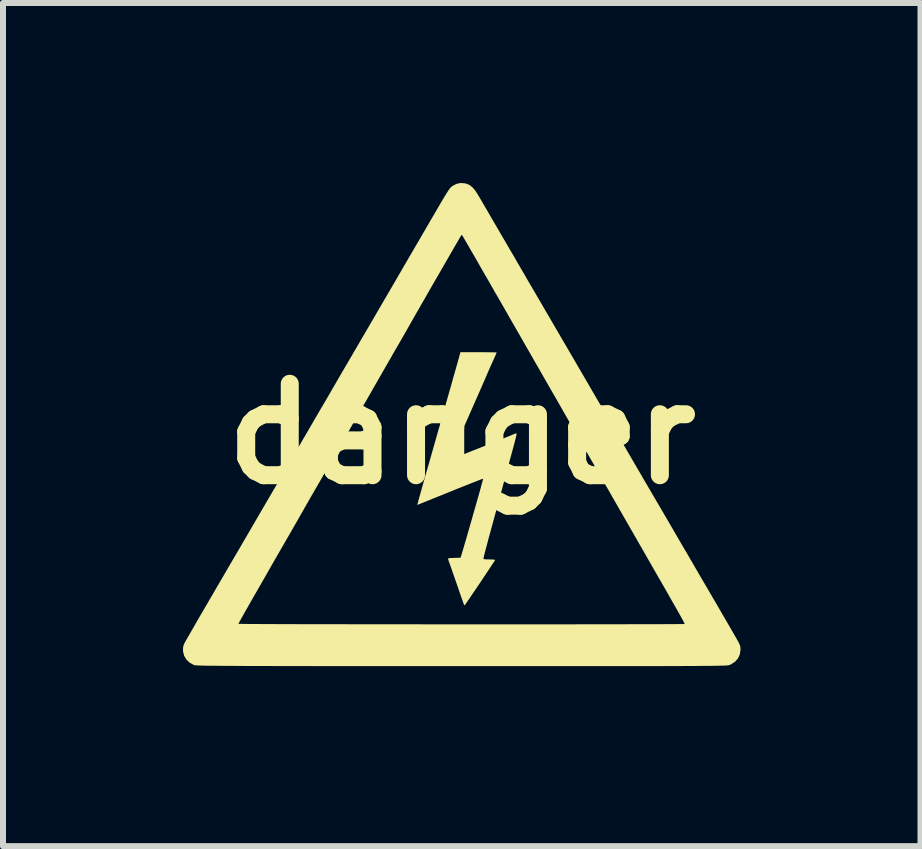
<source format=kicad_pcb>
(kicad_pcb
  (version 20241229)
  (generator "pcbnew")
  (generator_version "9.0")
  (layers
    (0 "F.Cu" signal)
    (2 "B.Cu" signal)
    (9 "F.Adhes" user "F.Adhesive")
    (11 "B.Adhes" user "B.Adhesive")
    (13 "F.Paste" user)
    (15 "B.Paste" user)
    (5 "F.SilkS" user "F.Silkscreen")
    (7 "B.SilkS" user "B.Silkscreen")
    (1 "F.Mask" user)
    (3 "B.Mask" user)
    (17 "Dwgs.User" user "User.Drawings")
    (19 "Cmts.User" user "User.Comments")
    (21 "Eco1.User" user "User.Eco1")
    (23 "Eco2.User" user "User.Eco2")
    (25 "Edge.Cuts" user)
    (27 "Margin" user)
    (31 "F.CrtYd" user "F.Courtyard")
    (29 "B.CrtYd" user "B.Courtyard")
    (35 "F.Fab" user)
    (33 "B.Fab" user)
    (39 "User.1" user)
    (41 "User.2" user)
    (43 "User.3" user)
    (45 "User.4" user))
  (footprint "danger"
    (layer "F.Cu")
    (at 4.646 4.181)
    (property "Reference" "danger" (at 0 0 0) (layer "F.SilkS") (effects (font (size 1.524 1.524) (thickness 0.3))))
    (attr board_only exclude_from_pos_files exclude_from_bom)
    (fp_poly (pts (xy 0.361 -1.361) (xy 0.434 -1.36) (xy 0.495 -1.359) (xy 0.542 -1.358) (xy 0.572 -1.357) (xy 0.582 -1.356) (xy 0.577 -1.344) (xy 0.565 -1.315) (xy 0.546 -1.273) (xy 0.523 -1.222) (xy 0.517 -1.208) (xy 0.487 -1.141) (xy 0.455 -1.07) (xy 0.426 -1.003) (xy 0.405 -0.954) (xy 0.392 -0.923) (xy 0.375 -0.884) (xy 0.353 -0.834) (xy 0.327 -0.774) (xy 0.295 -0.701) (xy 0.257 -0.615) (xy 0.212 -0.514) (xy 0.161 -0.397) (xy 0.102 -0.263) (xy 0.034 -0.11) (xy -0.042 0.062) (xy -0.078 0.143) (xy -0.11 0.218) (xy -0.139 0.285) (xy -0.164 0.342) (xy -0.182 0.387) (xy -0.192 0.415) (xy -0.195 0.425) (xy -0.184 0.422) (xy -0.153 0.411) (xy -0.106 0.393) (xy -0.045 0.37) (xy 0.027 0.342) (xy 0.109 0.31) (xy 0.197 0.275) (xy 0.29 0.238) (xy 0.384 0.201) (xy 0.477 0.164) (xy 0.567 0.128) (xy 0.651 0.094) (xy 0.727 0.063) (xy 0.792 0.037) (xy 0.836 0.018) (xy 0.873 0.003) (xy 0.902 -0.006) (xy 0.915 -0.007) (xy 0.916 -0.007) (xy 0.914 0.005) (xy 0.907 0.037) (xy 0.896 0.085) (xy 0.88 0.147) (xy 0.861 0.219) (xy 0.839 0.299) (xy 0.839 0.299) (xy 0.812 0.399) (xy 0.781 0.51) (xy 0.751 0.624) (xy 0.721 0.734) (xy 0.695 0.833) (xy 0.686 0.866) (xy 0.66 0.963) (xy 0.63 1.074) (xy 0.599 1.19) (xy 0.568 1.301) (xy 0.541 1.399) (xy 0.541 1.401) (xy 0.508 1.521) (xy 0.477 1.634) (xy 0.448 1.74) (xy 0.423 1.835) (xy 0.401 1.917) (xy 0.383 1.985) (xy 0.37 2.037) (xy 0.363 2.07) (xy 0.361 2.081) (xy 0.372 2.088) (xy 0.404 2.092) (xy 0.454 2.093) (xy 0.46 2.093) (xy 0.505 2.094) (xy 0.538 2.097) (xy 0.555 2.1) (xy 0.556 2.102) (xy 0.548 2.116) (xy 0.529 2.145) (xy 0.5 2.189) (xy 0.464 2.244) (xy 0.422 2.307) (xy 0.376 2.376) (xy 0.327 2.45) (xy 0.277 2.524) (xy 0.228 2.596) (xy 0.181 2.665) (xy 0.139 2.727) (xy 0.103 2.78) (xy 0.074 2.822) (xy 0.055 2.85) (xy 0.046 2.861) (xy 0.046 2.861) (xy 0.04 2.85) (xy 0.028 2.823) (xy 0.013 2.781) (xy -0.003 2.736) (xy -0.028 2.664) (xy -0.055 2.585) (xy -0.083 2.503) (xy -0.112 2.42) (xy -0.14 2.34) (xy -0.165 2.266) (xy -0.188 2.201) (xy -0.207 2.149) (xy -0.22 2.111) (xy -0.227 2.092) (xy -0.227 2.091) (xy -0.228 2.082) (xy -0.221 2.075) (xy -0.201 2.071) (xy -0.165 2.069) (xy -0.127 2.068) (xy -0.019 2.064) (xy 0.038 1.872) (xy 0.068 1.77) (xy 0.099 1.662) (xy 0.131 1.551) (xy 0.164 1.438) (xy 0.195 1.327) (xy 0.226 1.219) (xy 0.255 1.117) (xy 0.282 1.023) (xy 0.305 0.94) (xy 0.325 0.868) (xy 0.34 0.811) (xy 0.351 0.771) (xy 0.356 0.75) (xy 0.356 0.748) (xy 0.345 0.751) (xy 0.314 0.762) (xy 0.266 0.781) (xy 0.203 0.806) (xy 0.126 0.836) (xy 0.039 0.871) (xy -0.058 0.909) (xy -0.161 0.951) (xy -0.17 0.954) (xy -0.275 0.997) (xy -0.374 1.037) (xy -0.464 1.073) (xy -0.544 1.106) (xy -0.612 1.133) (xy -0.665 1.154) (xy -0.7 1.168) (xy -0.717 1.175) (xy -0.717 1.175) (xy -0.742 1.185) (xy -0.713 1.078) (xy -0.703 1.043) (xy -0.688 0.989) (xy -0.668 0.918) (xy -0.645 0.835) (xy -0.618 0.742) (xy -0.59 0.642) (xy -0.56 0.538) (xy -0.552 0.512) (xy -0.529 0.43) (xy -0.502 0.334) (xy -0.471 0.225) (xy -0.437 0.107) (xy -0.402 -0.019) (xy -0.364 -0.15) (xy -0.326 -0.284) (xy -0.288 -0.419) (xy -0.25 -0.552) (xy -0.213 -0.682) (xy -0.178 -0.805) (xy -0.146 -0.921) (xy -0.116 -1.025) (xy -0.09 -1.117) (xy -0.068 -1.194) (xy -0.051 -1.254) (xy -0.04 -1.294) (xy -0.039 -1.3) (xy -0.022 -1.361) (xy 0.28 -1.361)) (stroke (width 0) (type solid)) (fill yes) (layer "F.SilkS"))
    (fp_poly (pts (xy 0.06 -4.174) (xy 0.071 -4.171) (xy 0.114 -4.155) (xy 0.151 -4.132) (xy 0.187 -4.1) (xy 0.225 -4.054) (xy 0.266 -3.991) (xy 0.298 -3.937) (xy 0.329 -3.885) (xy 0.367 -3.818) (xy 0.412 -3.742) (xy 0.459 -3.661) (xy 0.506 -3.58) (xy 0.525 -3.547) (xy 0.574 -3.463) (xy 0.631 -3.365) (xy 0.692 -3.261) (xy 0.753 -3.157) (xy 0.809 -3.06) (xy 0.834 -3.018) (xy 0.88 -2.94) (xy 0.924 -2.863) (xy 0.965 -2.792) (xy 1.001 -2.73) (xy 1.03 -2.682) (xy 1.047 -2.652) (xy 1.071 -2.61) (xy 1.103 -2.554) (xy 1.14 -2.491) (xy 1.178 -2.426) (xy 1.192 -2.402) (xy 1.225 -2.346) (xy 1.266 -2.275) (xy 1.314 -2.194) (xy 1.364 -2.107) (xy 1.415 -2.019) (xy 1.454 -1.954) (xy 1.508 -1.86) (xy 1.57 -1.754) (xy 1.634 -1.644) (xy 1.697 -1.536) (xy 1.755 -1.438) (xy 1.779 -1.396) (xy 1.831 -1.307) (xy 1.891 -1.204) (xy 1.954 -1.095) (xy 2.018 -0.986) (xy 2.078 -0.883) (xy 2.111 -0.826) (xy 2.162 -0.738) (xy 2.216 -0.645) (xy 2.27 -0.553) (xy 2.321 -0.466) (xy 2.365 -0.389) (xy 2.396 -0.337) (xy 2.431 -0.278) (xy 2.475 -0.202) (xy 2.525 -0.116) (xy 2.579 -0.022) (xy 2.635 0.073) (xy 2.689 0.166) (xy 2.704 0.192) (xy 2.759 0.287) (xy 2.817 0.387) (xy 2.876 0.489) (xy 2.933 0.587) (xy 2.985 0.675) (xy 3.028 0.75) (xy 3.035 0.762) (xy 3.129 0.922) (xy 3.231 1.097) (xy 3.34 1.283) (xy 3.451 1.473) (xy 3.562 1.664) (xy 3.663 1.838) (xy 3.764 2.01) (xy 3.861 2.177) (xy 3.953 2.336) (xy 4.039 2.483) (xy 4.117 2.616) (xy 4.185 2.733) (xy 4.216 2.785) (xy 4.271 2.879) (xy 4.333 2.987) (xy 4.4 3.102) (xy 4.467 3.218) (xy 4.53 3.327) (xy 4.586 3.424) (xy 4.593 3.437) (xy 4.619 3.484) (xy 4.635 3.519) (xy 4.643 3.55) (xy 4.646 3.583) (xy 4.646 3.599) (xy 4.635 3.675) (xy 4.604 3.743) (xy 4.553 3.799) (xy 4.487 3.842) (xy 4.455 3.855) (xy 4.449 3.857) (xy 4.439 3.858) (xy 4.425 3.859) (xy 4.405 3.861) (xy 4.38 3.862) (xy 4.348 3.863) (xy 4.309 3.864) (xy 4.262 3.865) (xy 4.207 3.866) (xy 4.142 3.867) (xy 4.068 3.867) (xy 3.983 3.868) (xy 3.887 3.869) (xy 3.779 3.869) (xy 3.658 3.87) (xy 3.524 3.87) (xy 3.376 3.871) (xy 3.213 3.871) (xy 3.035 3.871) (xy 2.841 3.871) (xy 2.631 3.872) (xy 2.403 3.872) (xy 2.157 3.872) (xy 1.892 3.872) (xy 1.608 3.872) (xy 1.304 3.872) (xy 0.979 3.872) (xy 0.632 3.872) (xy 0.264 3.872) (xy -0.004 3.872) (xy -0.391 3.872) (xy -0.754 3.872) (xy -1.096 3.872) (xy -1.417 3.872) (xy -1.717 3.871) (xy -1.997 3.871) (xy -2.257 3.871) (xy -2.499 3.871) (xy -2.724 3.87) (xy -2.93 3.87) (xy -3.121 3.87) (xy -3.295 3.869) (xy -3.454 3.869) (xy -3.598 3.869) (xy -3.729 3.868) (xy -3.846 3.867) (xy -3.95 3.867) (xy -4.043 3.866) (xy -4.124 3.865) (xy -4.195 3.865) (xy -4.255 3.864) (xy -4.306 3.863) (xy -4.349 3.862) (xy -4.384 3.861) (xy -4.411 3.859) (xy -4.432 3.858) (xy -4.446 3.857) (xy -4.456 3.855) (xy -4.459 3.855) (xy -4.531 3.817) (xy -4.587 3.765) (xy -4.626 3.701) (xy -4.645 3.628) (xy -4.646 3.599) (xy -4.645 3.563) (xy -4.639 3.532) (xy -4.627 3.5) (xy -4.605 3.458) (xy -4.593 3.437) (xy -4.538 3.342) (xy -4.476 3.234) (xy -4.437 3.166) (xy -3.722 3.166) (xy -3.71 3.167) (xy -3.677 3.167) (xy -3.622 3.168) (xy -3.547 3.169) (xy -3.453 3.169) (xy -3.341 3.17) (xy -3.212 3.17) (xy -3.068 3.171) (xy -2.909 3.171) (xy -2.736 3.172) (xy -2.55 3.172) (xy -2.353 3.172) (xy -2.145 3.173) (xy -1.928 3.173) (xy -1.702 3.174) (xy -1.47 3.174) (xy -1.23 3.174) (xy -0.986 3.174) (xy -0.738 3.174) (xy -0.486 3.175) (xy -0.232 3.175) (xy 0.022 3.175) (xy 0.276 3.175) (xy 0.53 3.175) (xy 0.781 3.175) (xy 1.028 3.175) (xy 1.272 3.175) (xy 1.51 3.175) (xy 1.741 3.175) (xy 1.965 3.174) (xy 2.18 3.174) (xy 2.386 3.174) (xy 2.581 3.174) (xy 2.764 3.173) (xy 2.934 3.173) (xy 3.09 3.173) (xy 3.232 3.172) (xy 3.357 3.172) (xy 3.465 3.171) (xy 3.555 3.171) (xy 3.626 3.17) (xy 3.676 3.17) (xy 3.705 3.169) (xy 3.713 3.168) (xy 3.713 3.166) (xy 3.713 3.162) (xy 3.71 3.154) (xy 3.704 3.142) (xy 3.694 3.123) (xy 3.681 3.098) (xy 3.662 3.064) (xy 3.638 3.021) (xy 3.608 2.968) (xy 3.571 2.902) (xy 3.526 2.824) (xy 3.473 2.731) (xy 3.412 2.623) (xy 3.341 2.499) (xy 3.259 2.357) (xy 3.167 2.196) (xy 3.158 2.181) (xy 3.038 1.971) (xy 2.929 1.781) (xy 2.829 1.607) (xy 2.738 1.448) (xy 2.654 1.302) (xy 2.577 1.168) (xy 2.506 1.044) (xy 2.44 0.928) (xy 2.377 0.819) (xy 2.317 0.714) (xy 2.259 0.613) (xy 2.202 0.512) (xy 2.144 0.412) (xy 2.085 0.309) (xy 2.024 0.203) (xy 1.971 0.11) (xy 1.902 -0.01) (xy 1.831 -0.135) (xy 1.759 -0.26) (xy 1.689 -0.382) (xy 1.623 -0.498) (xy 1.562 -0.605) (xy 1.507 -0.699) (xy 1.462 -0.778) (xy 1.445 -0.808) (xy 1.401 -0.884) (xy 1.348 -0.977) (xy 1.288 -1.082) (xy 1.222 -1.196) (xy 1.154 -1.316) (xy 1.084 -1.437) (xy 1.016 -1.556) (xy 0.965 -1.646) (xy 0.882 -1.79) (xy 0.798 -1.936) (xy 0.715 -2.082) (xy 0.632 -2.226) (xy 0.551 -2.366) (xy 0.473 -2.503) (xy 0.398 -2.633) (xy 0.327 -2.756) (xy 0.262 -2.871) (xy 0.202 -2.975) (xy 0.148 -3.067) (xy 0.103 -3.146) (xy 0.065 -3.211) (xy 0.037 -3.259) (xy 0.019 -3.291) (xy 0.012 -3.303) (xy 0.001 -3.315) (xy -0.01 -3.305) (xy -0.012 -3.303) (xy -0.02 -3.289) (xy -0.039 -3.257) (xy -0.067 -3.208) (xy -0.104 -3.145) (xy -0.147 -3.071) (xy -0.196 -2.986) (xy -0.25 -2.892) (xy -0.307 -2.793) (xy -0.367 -2.689) (xy -0.428 -2.584) (xy -0.489 -2.478) (xy -0.549 -2.374) (xy -0.606 -2.273) (xy -0.661 -2.179) (xy -0.71 -2.092) (xy -0.755 -2.015) (xy -0.792 -1.95) (xy -0.821 -1.898) (xy -0.826 -1.89) (xy -0.849 -1.85) (xy -0.881 -1.793) (xy -0.92 -1.724) (xy -0.965 -1.646) (xy -1.013 -1.562) (xy -1.062 -1.477) (xy -1.076 -1.454) (xy -1.131 -1.358) (xy -1.191 -1.253) (xy -1.254 -1.144) (xy -1.314 -1.039) (xy -1.37 -0.942) (xy -1.413 -0.866) (xy -1.461 -0.783) (xy -1.517 -0.685) (xy -1.578 -0.578) (xy -1.641 -0.47) (xy -1.701 -0.365) (xy -1.75 -0.279) (xy -1.807 -0.18) (xy -1.871 -0.068) (xy -1.939 0.049) (xy -2.005 0.165) (xy -2.067 0.273) (xy -2.111 0.349) (xy -2.166 0.445) (xy -2.229 0.555) (xy -2.296 0.672) (xy -2.363 0.789) (xy -2.426 0.898) (xy -2.472 0.977) (xy -2.521 1.062) (xy -2.569 1.146) (xy -2.615 1.226) (xy -2.656 1.299) (xy -2.691 1.359) (xy -2.716 1.404) (xy -2.721 1.413) (xy -2.745 1.455) (xy -2.779 1.514) (xy -2.819 1.584) (xy -2.863 1.661) (xy -2.91 1.742) (xy -2.948 1.808) (xy -3.071 2.021) (xy -3.182 2.214) (xy -3.281 2.388) (xy -3.37 2.543) (xy -3.449 2.68) (xy -3.517 2.799) (xy -3.574 2.9) (xy -3.622 2.984) (xy -3.66 3.052) (xy -3.689 3.104) (xy -3.709 3.139) (xy -3.719 3.16) (xy -3.722 3.166) (xy -4.437 3.166) (xy -4.41 3.119) (xy -4.343 3.003) (xy -4.279 2.894) (xy -4.223 2.798) (xy -4.216 2.785) (xy -4.153 2.678) (xy -4.08 2.552) (xy -3.998 2.412) (xy -3.909 2.259) (xy -3.814 2.096) (xy -3.714 1.926) (xy -3.663 1.838) (xy -3.554 1.651) (xy -3.443 1.46) (xy -3.332 1.269) (xy -3.224 1.085) (xy -3.122 0.91) (xy -3.035 0.762) (xy -2.994 0.691) (xy -2.944 0.604) (xy -2.887 0.508) (xy -2.828 0.407) (xy -2.77 0.305) (xy -2.714 0.209) (xy -2.704 0.192) (xy -2.651 0.1) (xy -2.595 0.005) (xy -2.54 -0.09) (xy -2.489 -0.178) (xy -2.443 -0.257) (xy -2.405 -0.322) (xy -2.396 -0.337) (xy -2.359 -0.401) (xy -2.313 -0.479) (xy -2.261 -0.567) (xy -2.207 -0.66) (xy -2.154 -0.753) (xy -2.111 -0.826) (xy -2.056 -0.921) (xy -1.994 -1.028) (xy -1.929 -1.139) (xy -1.865 -1.248) (xy -1.807 -1.348) (xy -1.776 -1.401) (xy -1.721 -1.495) (xy -1.659 -1.602) (xy -1.593 -1.714) (xy -1.529 -1.824) (xy -1.471 -1.924) (xy -1.45 -1.96) (xy -1.401 -2.044) (xy -1.35 -2.131) (xy -1.3 -2.217) (xy -1.254 -2.296) (xy -1.215 -2.363) (xy -1.192 -2.402) (xy -1.155 -2.465) (xy -1.117 -2.53) (xy -1.083 -2.589) (xy -1.055 -2.637) (xy -1.047 -2.652) (xy -1.027 -2.685) (xy -0.998 -2.736) (xy -0.962 -2.798) (xy -0.92 -2.87) (xy -0.875 -2.947) (xy -0.834 -3.018) (xy -0.781 -3.109) (xy -0.721 -3.211) (xy -0.66 -3.316) (xy -0.601 -3.417) (xy -0.548 -3.509) (xy -0.526 -3.547) (xy -0.456 -3.666) (xy -0.398 -3.766) (xy -0.349 -3.85) (xy -0.308 -3.919) (xy -0.275 -3.974) (xy -0.248 -4.017) (xy -0.227 -4.051) (xy -0.209 -4.076) (xy -0.195 -4.094) (xy -0.183 -4.108) (xy -0.172 -4.118) (xy -0.161 -4.127) (xy -0.159 -4.129) (xy -0.09 -4.166) (xy -0.016 -4.181)) (stroke (width 0) (type solid)) (fill yes) (layer "F.SilkS")))
  (gr_rect
    (start -3 -3)
    (end 12.292 11.053)
    (stroke (width 0.1) (type default))
    (fill no)
    (layer "Edge.Cuts")))
</source>
